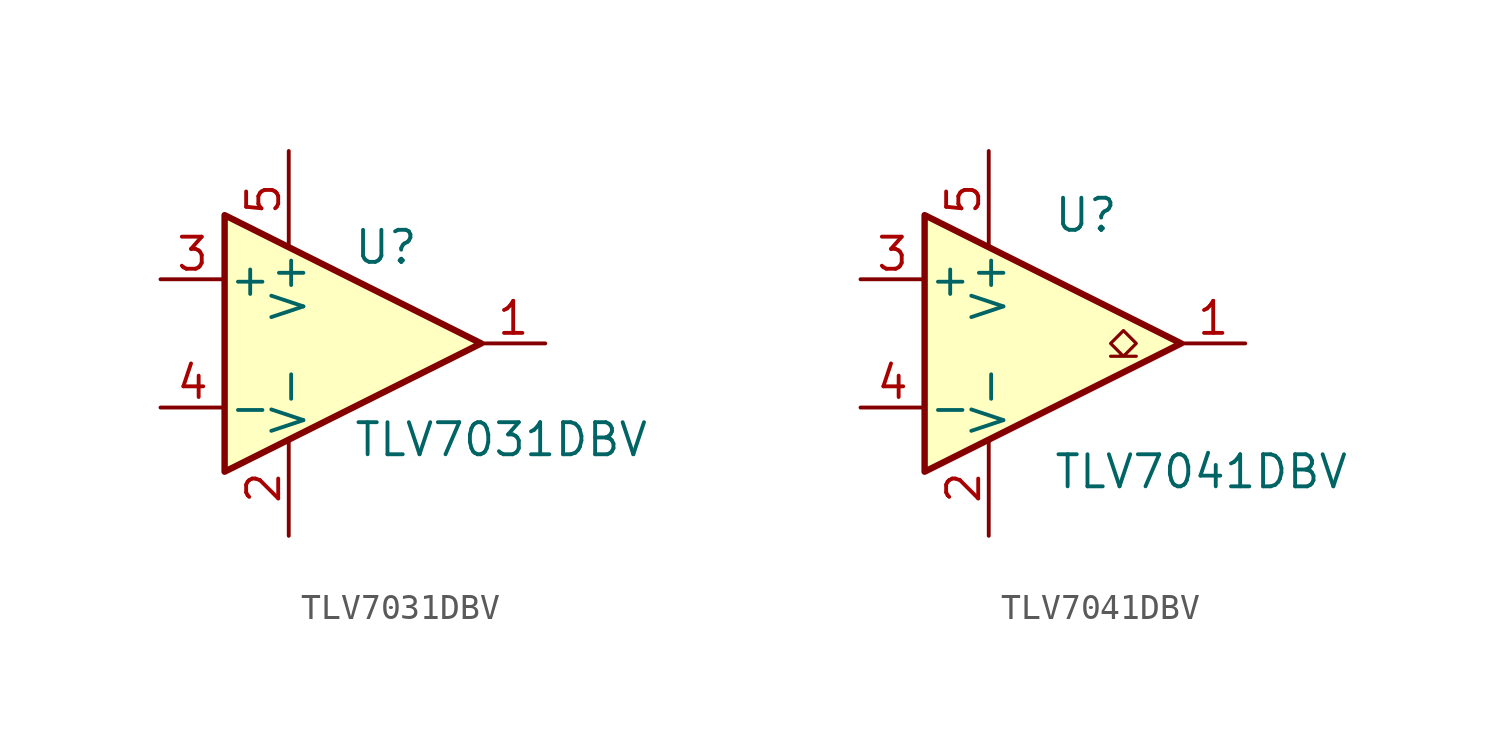
<source format=kicad_sym>
(kicad_symbol_lib
  (version 20220914)
  (generator kicad_symbol_editor)
  (symbol "TLV7031DBV"
    (pin_names
      (offset 0.127))
    (property "Reference" "U"
      (at 0 3.81 0)
      (effects (font (size 1.27 1.27)) (justify left)))
    (property "Value" "TLV7031DBV"
      (at 0 -3.81 0)
      (effects (font (size 1.27 1.27)) (justify left)))
    (symbol "TLV7031DBV_0_1"
      (polyline (pts (xy -5.08 5.08) (xy 5.08 0) (xy -5.08 -5.08) (xy -5.08 5.08)) (stroke (width 0.254) (type default)) (fill (type background)))
      (pin power_in line (at -2.54 -7.62 90) (length 3.81) (name "V-" (effects (font (size 1.27 1.27)))) (number "2" (effects (font (size 1.27 1.27)))))
      (pin power_in line (at -2.54 7.62 270) (length 3.81) (name "V+" (effects (font (size 1.27 1.27)))) (number "5" (effects (font (size 1.27 1.27))))))
    (symbol "TLV7031DBV_1_1"
      (pin output line (at 7.62 0 180) (length 2.54) (name "~" (effects (font (size 1.27 1.27)))) (number "1" (effects (font (size 1.27 1.27)))))
      (pin input line (at -7.62 2.54 0) (length 2.54) (name "+" (effects (font (size 1.27 1.27)))) (number "3" (effects (font (size 1.27 1.27)))))
      (pin input line (at -7.62 -2.54 0) (length 2.54) (name "-" (effects (font (size 1.27 1.27)))) (number "4" (effects (font (size 1.27 1.27)))))))
  (symbol "TLV7041DBV"
    (pin_names
      (offset 0.127))
    (property "Reference" "U"
      (at 0 5.08 0)
      (effects (font (size 1.27 1.27)) (justify left)))
    (property "Value" "TLV7041DBV"
      (at 0 -5.08 0)
      (effects (font (size 1.27 1.27)) (justify left)))
    (symbol "TLV7041DBV_0_1"
      (polyline (pts (xy -5.08 5.08) (xy 5.08 0) (xy -5.08 -5.08) (xy -5.08 5.08)) (stroke (width 0.254) (type default)) (fill (type background)))
      (polyline (pts (xy 3.302 -0.508) (xy 2.794 -0.508) (xy 3.302 0) (xy 2.794 0.508) (xy 2.286 0) (xy 2.794 -0.508) (xy 2.286 -0.508)) (stroke (width 0.127) (type default)) (fill (type none)))
      (pin power_in line (at -2.54 -7.62 90) (length 3.81) (name "V-" (effects (font (size 1.27 1.27)))) (number "2" (effects (font (size 1.27 1.27)))))
      (pin power_in line (at -2.54 7.62 270) (length 3.81) (name "V+" (effects (font (size 1.27 1.27)))) (number "5" (effects (font (size 1.27 1.27))))))
    (symbol "TLV7041DBV_1_1"
      (pin open_collector line (at 7.62 0 180) (length 2.54) (name "~" (effects (font (size 1.27 1.27)))) (number "1" (effects (font (size 1.27 1.27)))))
      (pin input line (at -7.62 2.54 0) (length 2.54) (name "+" (effects (font (size 1.27 1.27)))) (number "3" (effects (font (size 1.27 1.27)))))
      (pin input line (at -7.62 -2.54 0) (length 2.54) (name "-" (effects (font (size 1.27 1.27)))) (number "4" (effects (font (size 1.27 1.27))))))))
</source>
